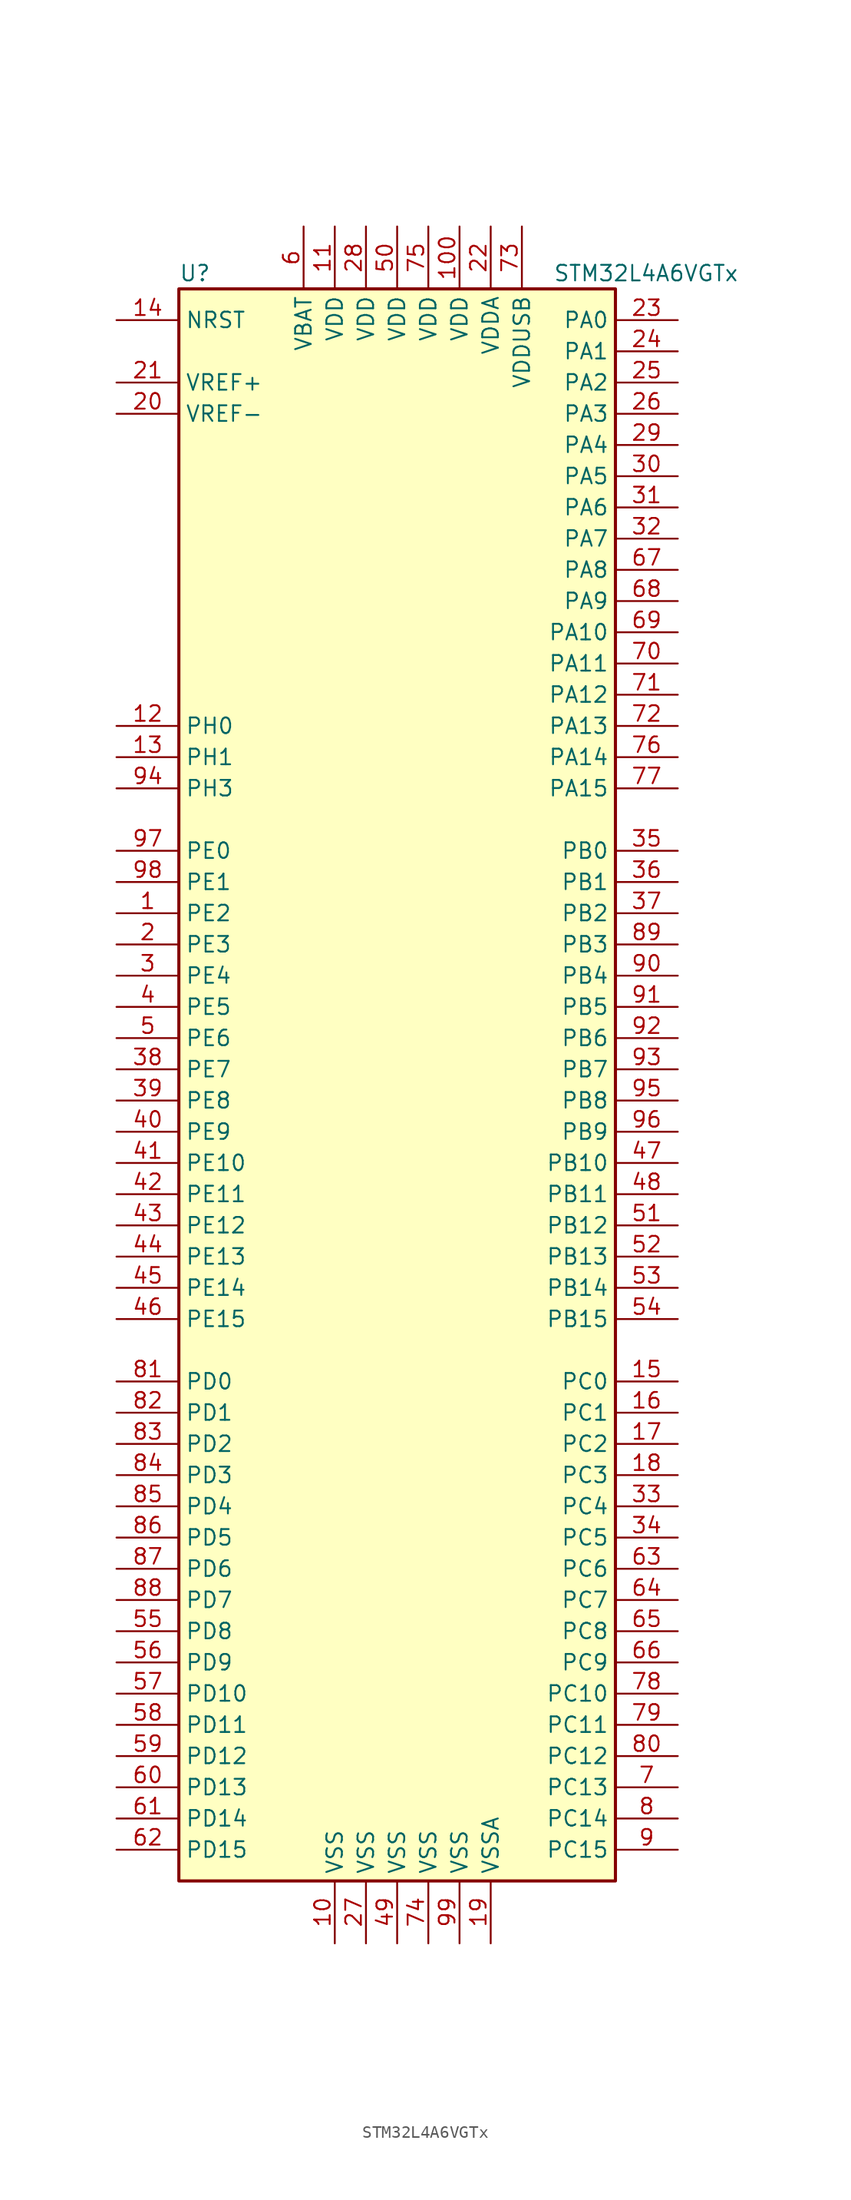
<source format=kicad_sym>
(kicad_symbol_lib
  (version 20211014)
  (generator kicad_symbol_editor)
  (symbol "STM32L4A6VGTx"
    (property "Reference" "U"
      (at -17.78 64.77 0)
      (effects (font (size 1.27 1.27)) (justify left)))
    (property "Value" "STM32L4A6VGTx"
      (at 12.7 64.77 0)
      (effects (font (size 1.27 1.27)) (justify left)))
    (symbol "STM32L4A6VGTx_0_1"
      (rectangle (start -17.78 -66.04) (end 17.78 63.5) (stroke (width 0.254) (type default) (color 0 0 0 0)) (fill (type background))))
    (symbol "STM32L4A6VGTx_1_1"
      (pin bidirectional line (at -22.86 12.7 0) (length 5.08) (name "PE2" (effects (font (size 1.27 1.27)))) (number "1" (effects (font (size 1.27 1.27)))))
      (pin power_in line (at -5.08 -71.12 90) (length 5.08) (name "VSS" (effects (font (size 1.27 1.27)))) (number "10" (effects (font (size 1.27 1.27)))))
      (pin power_in line (at 5.08 68.58 270) (length 5.08) (name "VDD" (effects (font (size 1.27 1.27)))) (number "100" (effects (font (size 1.27 1.27)))))
      (pin power_in line (at -5.08 68.58 270) (length 5.08) (name "VDD" (effects (font (size 1.27 1.27)))) (number "11" (effects (font (size 1.27 1.27)))))
      (pin input line (at -22.86 27.94 0) (length 5.08) (name "PH0" (effects (font (size 1.27 1.27)))) (number "12" (effects (font (size 1.27 1.27)))))
      (pin input line (at -22.86 25.4 0) (length 5.08) (name "PH1" (effects (font (size 1.27 1.27)))) (number "13" (effects (font (size 1.27 1.27)))))
      (pin input line (at -22.86 60.96 0) (length 5.08) (name "NRST" (effects (font (size 1.27 1.27)))) (number "14" (effects (font (size 1.27 1.27)))))
      (pin bidirectional line (at 22.86 -25.4 180) (length 5.08) (name "PC0" (effects (font (size 1.27 1.27)))) (number "15" (effects (font (size 1.27 1.27)))))
      (pin bidirectional line (at 22.86 -27.94 180) (length 5.08) (name "PC1" (effects (font (size 1.27 1.27)))) (number "16" (effects (font (size 1.27 1.27)))))
      (pin bidirectional line (at 22.86 -30.48 180) (length 5.08) (name "PC2" (effects (font (size 1.27 1.27)))) (number "17" (effects (font (size 1.27 1.27)))))
      (pin bidirectional line (at 22.86 -33.02 180) (length 5.08) (name "PC3" (effects (font (size 1.27 1.27)))) (number "18" (effects (font (size 1.27 1.27)))))
      (pin power_in line (at 7.62 -71.12 90) (length 5.08) (name "VSSA" (effects (font (size 1.27 1.27)))) (number "19" (effects (font (size 1.27 1.27)))))
      (pin bidirectional line (at -22.86 10.16 0) (length 5.08) (name "PE3" (effects (font (size 1.27 1.27)))) (number "2" (effects (font (size 1.27 1.27)))))
      (pin power_in line (at -22.86 53.34 0) (length 5.08) (name "VREF-" (effects (font (size 1.27 1.27)))) (number "20" (effects (font (size 1.27 1.27)))))
      (pin bidirectional line (at -22.86 55.88 0) (length 5.08) (name "VREF+" (effects (font (size 1.27 1.27)))) (number "21" (effects (font (size 1.27 1.27)))))
      (pin power_in line (at 7.62 68.58 270) (length 5.08) (name "VDDA" (effects (font (size 1.27 1.27)))) (number "22" (effects (font (size 1.27 1.27)))))
      (pin bidirectional line (at 22.86 60.96 180) (length 5.08) (name "PA0" (effects (font (size 1.27 1.27)))) (number "23" (effects (font (size 1.27 1.27)))))
      (pin bidirectional line (at 22.86 58.42 180) (length 5.08) (name "PA1" (effects (font (size 1.27 1.27)))) (number "24" (effects (font (size 1.27 1.27)))))
      (pin bidirectional line (at 22.86 55.88 180) (length 5.08) (name "PA2" (effects (font (size 1.27 1.27)))) (number "25" (effects (font (size 1.27 1.27)))))
      (pin bidirectional line (at 22.86 53.34 180) (length 5.08) (name "PA3" (effects (font (size 1.27 1.27)))) (number "26" (effects (font (size 1.27 1.27)))))
      (pin power_in line (at -2.54 -71.12 90) (length 5.08) (name "VSS" (effects (font (size 1.27 1.27)))) (number "27" (effects (font (size 1.27 1.27)))))
      (pin power_in line (at -2.54 68.58 270) (length 5.08) (name "VDD" (effects (font (size 1.27 1.27)))) (number "28" (effects (font (size 1.27 1.27)))))
      (pin bidirectional line (at 22.86 50.8 180) (length 5.08) (name "PA4" (effects (font (size 1.27 1.27)))) (number "29" (effects (font (size 1.27 1.27)))))
      (pin bidirectional line (at -22.86 7.62 0) (length 5.08) (name "PE4" (effects (font (size 1.27 1.27)))) (number "3" (effects (font (size 1.27 1.27)))))
      (pin bidirectional line (at 22.86 48.26 180) (length 5.08) (name "PA5" (effects (font (size 1.27 1.27)))) (number "30" (effects (font (size 1.27 1.27)))))
      (pin bidirectional line (at 22.86 45.72 180) (length 5.08) (name "PA6" (effects (font (size 1.27 1.27)))) (number "31" (effects (font (size 1.27 1.27)))))
      (pin bidirectional line (at 22.86 43.18 180) (length 5.08) (name "PA7" (effects (font (size 1.27 1.27)))) (number "32" (effects (font (size 1.27 1.27)))))
      (pin bidirectional line (at 22.86 -35.56 180) (length 5.08) (name "PC4" (effects (font (size 1.27 1.27)))) (number "33" (effects (font (size 1.27 1.27)))))
      (pin bidirectional line (at 22.86 -38.1 180) (length 5.08) (name "PC5" (effects (font (size 1.27 1.27)))) (number "34" (effects (font (size 1.27 1.27)))))
      (pin bidirectional line (at 22.86 17.78 180) (length 5.08) (name "PB0" (effects (font (size 1.27 1.27)))) (number "35" (effects (font (size 1.27 1.27)))))
      (pin bidirectional line (at 22.86 15.24 180) (length 5.08) (name "PB1" (effects (font (size 1.27 1.27)))) (number "36" (effects (font (size 1.27 1.27)))))
      (pin bidirectional line (at 22.86 12.7 180) (length 5.08) (name "PB2" (effects (font (size 1.27 1.27)))) (number "37" (effects (font (size 1.27 1.27)))))
      (pin bidirectional line (at -22.86 0 0) (length 5.08) (name "PE7" (effects (font (size 1.27 1.27)))) (number "38" (effects (font (size 1.27 1.27)))))
      (pin bidirectional line (at -22.86 -2.54 0) (length 5.08) (name "PE8" (effects (font (size 1.27 1.27)))) (number "39" (effects (font (size 1.27 1.27)))))
      (pin bidirectional line (at -22.86 5.08 0) (length 5.08) (name "PE5" (effects (font (size 1.27 1.27)))) (number "4" (effects (font (size 1.27 1.27)))))
      (pin bidirectional line (at -22.86 -5.08 0) (length 5.08) (name "PE9" (effects (font (size 1.27 1.27)))) (number "40" (effects (font (size 1.27 1.27)))))
      (pin bidirectional line (at -22.86 -7.62 0) (length 5.08) (name "PE10" (effects (font (size 1.27 1.27)))) (number "41" (effects (font (size 1.27 1.27)))))
      (pin bidirectional line (at -22.86 -10.16 0) (length 5.08) (name "PE11" (effects (font (size 1.27 1.27)))) (number "42" (effects (font (size 1.27 1.27)))))
      (pin bidirectional line (at -22.86 -12.7 0) (length 5.08) (name "PE12" (effects (font (size 1.27 1.27)))) (number "43" (effects (font (size 1.27 1.27)))))
      (pin bidirectional line (at -22.86 -15.24 0) (length 5.08) (name "PE13" (effects (font (size 1.27 1.27)))) (number "44" (effects (font (size 1.27 1.27)))))
      (pin bidirectional line (at -22.86 -17.78 0) (length 5.08) (name "PE14" (effects (font (size 1.27 1.27)))) (number "45" (effects (font (size 1.27 1.27)))))
      (pin bidirectional line (at -22.86 -20.32 0) (length 5.08) (name "PE15" (effects (font (size 1.27 1.27)))) (number "46" (effects (font (size 1.27 1.27)))))
      (pin bidirectional line (at 22.86 -7.62 180) (length 5.08) (name "PB10" (effects (font (size 1.27 1.27)))) (number "47" (effects (font (size 1.27 1.27)))))
      (pin bidirectional line (at 22.86 -10.16 180) (length 5.08) (name "PB11" (effects (font (size 1.27 1.27)))) (number "48" (effects (font (size 1.27 1.27)))))
      (pin power_in line (at 0 -71.12 90) (length 5.08) (name "VSS" (effects (font (size 1.27 1.27)))) (number "49" (effects (font (size 1.27 1.27)))))
      (pin bidirectional line (at -22.86 2.54 0) (length 5.08) (name "PE6" (effects (font (size 1.27 1.27)))) (number "5" (effects (font (size 1.27 1.27)))))
      (pin power_in line (at 0 68.58 270) (length 5.08) (name "VDD" (effects (font (size 1.27 1.27)))) (number "50" (effects (font (size 1.27 1.27)))))
      (pin bidirectional line (at 22.86 -12.7 180) (length 5.08) (name "PB12" (effects (font (size 1.27 1.27)))) (number "51" (effects (font (size 1.27 1.27)))))
      (pin bidirectional line (at 22.86 -15.24 180) (length 5.08) (name "PB13" (effects (font (size 1.27 1.27)))) (number "52" (effects (font (size 1.27 1.27)))))
      (pin bidirectional line (at 22.86 -17.78 180) (length 5.08) (name "PB14" (effects (font (size 1.27 1.27)))) (number "53" (effects (font (size 1.27 1.27)))))
      (pin bidirectional line (at 22.86 -20.32 180) (length 5.08) (name "PB15" (effects (font (size 1.27 1.27)))) (number "54" (effects (font (size 1.27 1.27)))))
      (pin bidirectional line (at -22.86 -45.72 0) (length 5.08) (name "PD8" (effects (font (size 1.27 1.27)))) (number "55" (effects (font (size 1.27 1.27)))))
      (pin bidirectional line (at -22.86 -48.26 0) (length 5.08) (name "PD9" (effects (font (size 1.27 1.27)))) (number "56" (effects (font (size 1.27 1.27)))))
      (pin bidirectional line (at -22.86 -50.8 0) (length 5.08) (name "PD10" (effects (font (size 1.27 1.27)))) (number "57" (effects (font (size 1.27 1.27)))))
      (pin bidirectional line (at -22.86 -53.34 0) (length 5.08) (name "PD11" (effects (font (size 1.27 1.27)))) (number "58" (effects (font (size 1.27 1.27)))))
      (pin bidirectional line (at -22.86 -55.88 0) (length 5.08) (name "PD12" (effects (font (size 1.27 1.27)))) (number "59" (effects (font (size 1.27 1.27)))))
      (pin power_in line (at -7.62 68.58 270) (length 5.08) (name "VBAT" (effects (font (size 1.27 1.27)))) (number "6" (effects (font (size 1.27 1.27)))))
      (pin bidirectional line (at -22.86 -58.42 0) (length 5.08) (name "PD13" (effects (font (size 1.27 1.27)))) (number "60" (effects (font (size 1.27 1.27)))))
      (pin bidirectional line (at -22.86 -60.96 0) (length 5.08) (name "PD14" (effects (font (size 1.27 1.27)))) (number "61" (effects (font (size 1.27 1.27)))))
      (pin bidirectional line (at -22.86 -63.5 0) (length 5.08) (name "PD15" (effects (font (size 1.27 1.27)))) (number "62" (effects (font (size 1.27 1.27)))))
      (pin bidirectional line (at 22.86 -40.64 180) (length 5.08) (name "PC6" (effects (font (size 1.27 1.27)))) (number "63" (effects (font (size 1.27 1.27)))))
      (pin bidirectional line (at 22.86 -43.18 180) (length 5.08) (name "PC7" (effects (font (size 1.27 1.27)))) (number "64" (effects (font (size 1.27 1.27)))))
      (pin bidirectional line (at 22.86 -45.72 180) (length 5.08) (name "PC8" (effects (font (size 1.27 1.27)))) (number "65" (effects (font (size 1.27 1.27)))))
      (pin bidirectional line (at 22.86 -48.26 180) (length 5.08) (name "PC9" (effects (font (size 1.27 1.27)))) (number "66" (effects (font (size 1.27 1.27)))))
      (pin bidirectional line (at 22.86 40.64 180) (length 5.08) (name "PA8" (effects (font (size 1.27 1.27)))) (number "67" (effects (font (size 1.27 1.27)))))
      (pin bidirectional line (at 22.86 38.1 180) (length 5.08) (name "PA9" (effects (font (size 1.27 1.27)))) (number "68" (effects (font (size 1.27 1.27)))))
      (pin bidirectional line (at 22.86 35.56 180) (length 5.08) (name "PA10" (effects (font (size 1.27 1.27)))) (number "69" (effects (font (size 1.27 1.27)))))
      (pin bidirectional line (at 22.86 -58.42 180) (length 5.08) (name "PC13" (effects (font (size 1.27 1.27)))) (number "7" (effects (font (size 1.27 1.27)))))
      (pin bidirectional line (at 22.86 33.02 180) (length 5.08) (name "PA11" (effects (font (size 1.27 1.27)))) (number "70" (effects (font (size 1.27 1.27)))))
      (pin bidirectional line (at 22.86 30.48 180) (length 5.08) (name "PA12" (effects (font (size 1.27 1.27)))) (number "71" (effects (font (size 1.27 1.27)))))
      (pin bidirectional line (at 22.86 27.94 180) (length 5.08) (name "PA13" (effects (font (size 1.27 1.27)))) (number "72" (effects (font (size 1.27 1.27)))))
      (pin power_in line (at 10.16 68.58 270) (length 5.08) (name "VDDUSB" (effects (font (size 1.27 1.27)))) (number "73" (effects (font (size 1.27 1.27)))))
      (pin power_in line (at 2.54 -71.12 90) (length 5.08) (name "VSS" (effects (font (size 1.27 1.27)))) (number "74" (effects (font (size 1.27 1.27)))))
      (pin power_in line (at 2.54 68.58 270) (length 5.08) (name "VDD" (effects (font (size 1.27 1.27)))) (number "75" (effects (font (size 1.27 1.27)))))
      (pin bidirectional line (at 22.86 25.4 180) (length 5.08) (name "PA14" (effects (font (size 1.27 1.27)))) (number "76" (effects (font (size 1.27 1.27)))))
      (pin bidirectional line (at 22.86 22.86 180) (length 5.08) (name "PA15" (effects (font (size 1.27 1.27)))) (number "77" (effects (font (size 1.27 1.27)))))
      (pin bidirectional line (at 22.86 -50.8 180) (length 5.08) (name "PC10" (effects (font (size 1.27 1.27)))) (number "78" (effects (font (size 1.27 1.27)))))
      (pin bidirectional line (at 22.86 -53.34 180) (length 5.08) (name "PC11" (effects (font (size 1.27 1.27)))) (number "79" (effects (font (size 1.27 1.27)))))
      (pin bidirectional line (at 22.86 -60.96 180) (length 5.08) (name "PC14" (effects (font (size 1.27 1.27)))) (number "8" (effects (font (size 1.27 1.27)))))
      (pin bidirectional line (at 22.86 -55.88 180) (length 5.08) (name "PC12" (effects (font (size 1.27 1.27)))) (number "80" (effects (font (size 1.27 1.27)))))
      (pin bidirectional line (at -22.86 -25.4 0) (length 5.08) (name "PD0" (effects (font (size 1.27 1.27)))) (number "81" (effects (font (size 1.27 1.27)))))
      (pin bidirectional line (at -22.86 -27.94 0) (length 5.08) (name "PD1" (effects (font (size 1.27 1.27)))) (number "82" (effects (font (size 1.27 1.27)))))
      (pin bidirectional line (at -22.86 -30.48 0) (length 5.08) (name "PD2" (effects (font (size 1.27 1.27)))) (number "83" (effects (font (size 1.27 1.27)))))
      (pin bidirectional line (at -22.86 -33.02 0) (length 5.08) (name "PD3" (effects (font (size 1.27 1.27)))) (number "84" (effects (font (size 1.27 1.27)))))
      (pin bidirectional line (at -22.86 -35.56 0) (length 5.08) (name "PD4" (effects (font (size 1.27 1.27)))) (number "85" (effects (font (size 1.27 1.27)))))
      (pin bidirectional line (at -22.86 -38.1 0) (length 5.08) (name "PD5" (effects (font (size 1.27 1.27)))) (number "86" (effects (font (size 1.27 1.27)))))
      (pin bidirectional line (at -22.86 -40.64 0) (length 5.08) (name "PD6" (effects (font (size 1.27 1.27)))) (number "87" (effects (font (size 1.27 1.27)))))
      (pin bidirectional line (at -22.86 -43.18 0) (length 5.08) (name "PD7" (effects (font (size 1.27 1.27)))) (number "88" (effects (font (size 1.27 1.27)))))
      (pin bidirectional line (at 22.86 10.16 180) (length 5.08) (name "PB3" (effects (font (size 1.27 1.27)))) (number "89" (effects (font (size 1.27 1.27)))))
      (pin bidirectional line (at 22.86 -63.5 180) (length 5.08) (name "PC15" (effects (font (size 1.27 1.27)))) (number "9" (effects (font (size 1.27 1.27)))))
      (pin bidirectional line (at 22.86 7.62 180) (length 5.08) (name "PB4" (effects (font (size 1.27 1.27)))) (number "90" (effects (font (size 1.27 1.27)))))
      (pin bidirectional line (at 22.86 5.08 180) (length 5.08) (name "PB5" (effects (font (size 1.27 1.27)))) (number "91" (effects (font (size 1.27 1.27)))))
      (pin bidirectional line (at 22.86 2.54 180) (length 5.08) (name "PB6" (effects (font (size 1.27 1.27)))) (number "92" (effects (font (size 1.27 1.27)))))
      (pin bidirectional line (at 22.86 0 180) (length 5.08) (name "PB7" (effects (font (size 1.27 1.27)))) (number "93" (effects (font (size 1.27 1.27)))))
      (pin bidirectional line (at -22.86 22.86 0) (length 5.08) (name "PH3" (effects (font (size 1.27 1.27)))) (number "94" (effects (font (size 1.27 1.27)))))
      (pin bidirectional line (at 22.86 -2.54 180) (length 5.08) (name "PB8" (effects (font (size 1.27 1.27)))) (number "95" (effects (font (size 1.27 1.27)))))
      (pin bidirectional line (at 22.86 -5.08 180) (length 5.08) (name "PB9" (effects (font (size 1.27 1.27)))) (number "96" (effects (font (size 1.27 1.27)))))
      (pin bidirectional line (at -22.86 17.78 0) (length 5.08) (name "PE0" (effects (font (size 1.27 1.27)))) (number "97" (effects (font (size 1.27 1.27)))))
      (pin bidirectional line (at -22.86 15.24 0) (length 5.08) (name "PE1" (effects (font (size 1.27 1.27)))) (number "98" (effects (font (size 1.27 1.27)))))
      (pin power_in line (at 5.08 -71.12 90) (length 5.08) (name "VSS" (effects (font (size 1.27 1.27)))) (number "99" (effects (font (size 1.27 1.27))))))))
</source>
